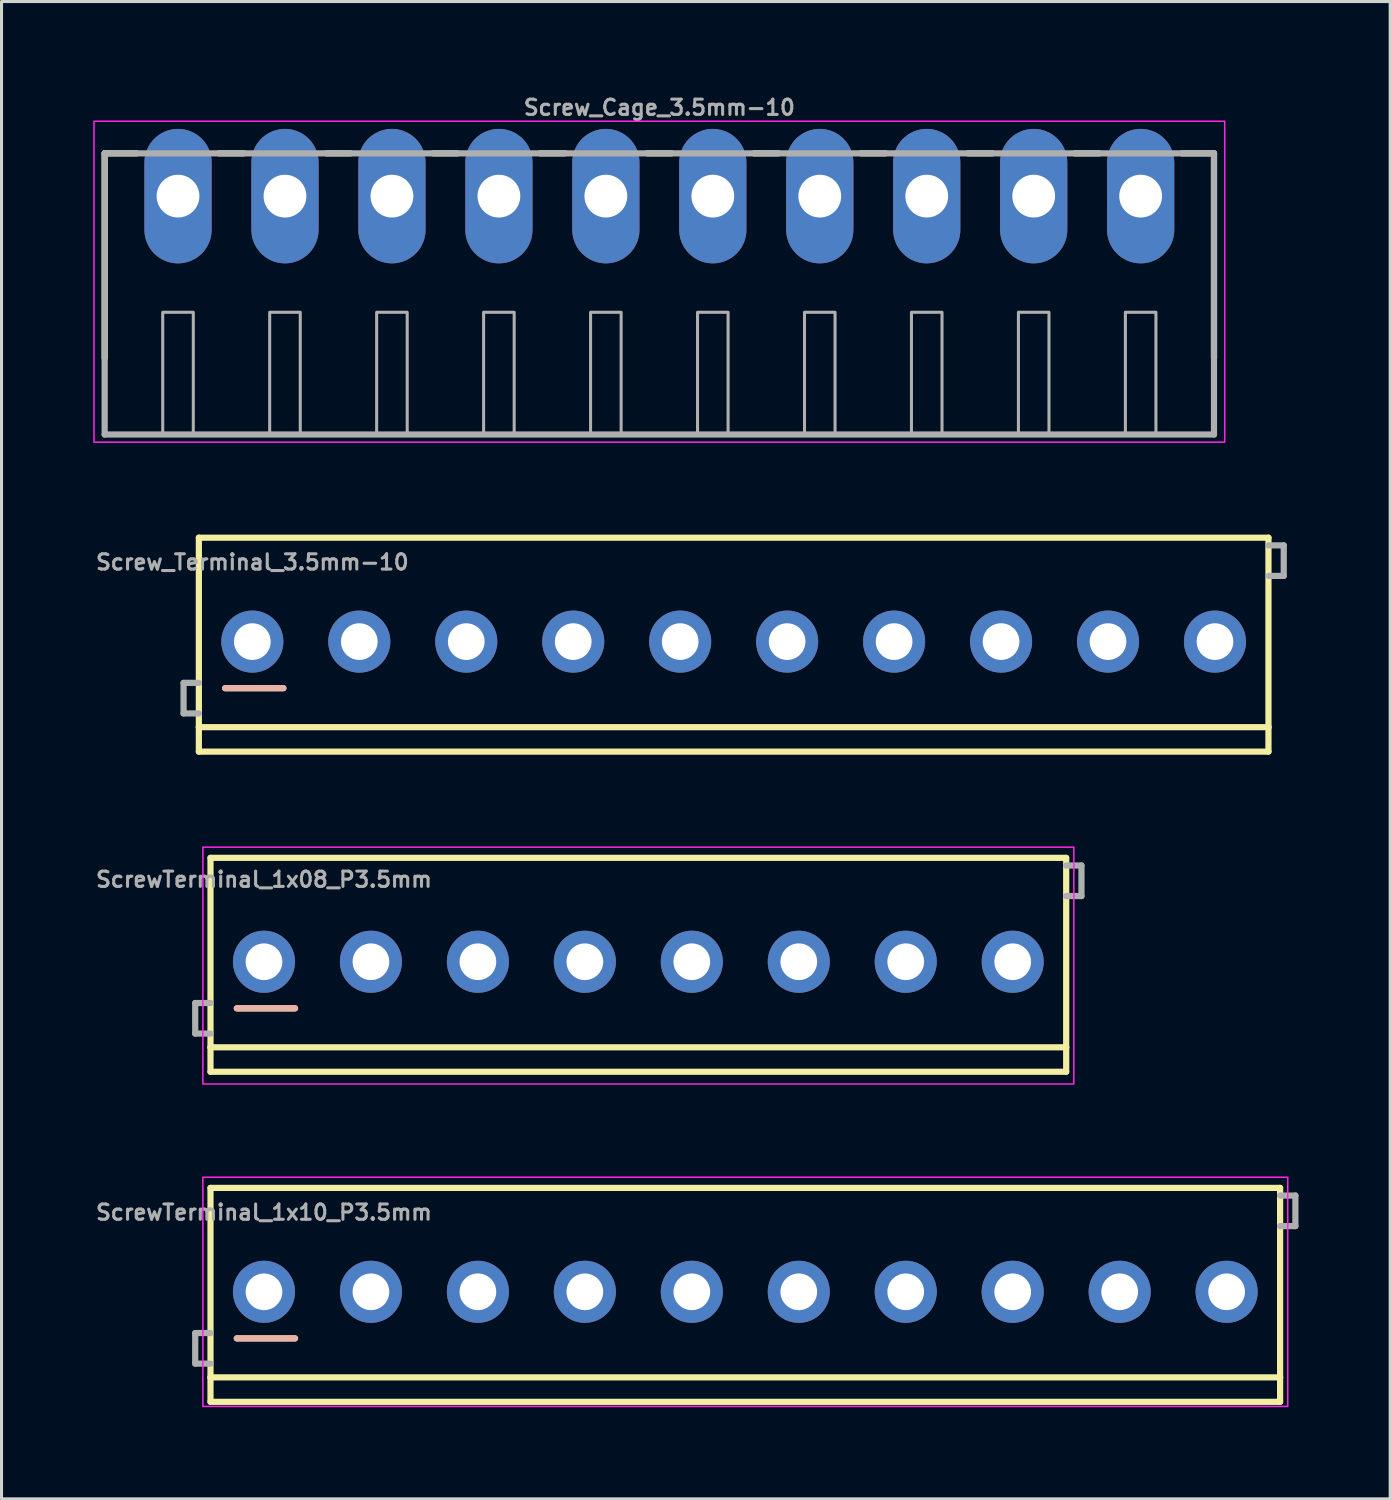
<source format=kicad_pcb>
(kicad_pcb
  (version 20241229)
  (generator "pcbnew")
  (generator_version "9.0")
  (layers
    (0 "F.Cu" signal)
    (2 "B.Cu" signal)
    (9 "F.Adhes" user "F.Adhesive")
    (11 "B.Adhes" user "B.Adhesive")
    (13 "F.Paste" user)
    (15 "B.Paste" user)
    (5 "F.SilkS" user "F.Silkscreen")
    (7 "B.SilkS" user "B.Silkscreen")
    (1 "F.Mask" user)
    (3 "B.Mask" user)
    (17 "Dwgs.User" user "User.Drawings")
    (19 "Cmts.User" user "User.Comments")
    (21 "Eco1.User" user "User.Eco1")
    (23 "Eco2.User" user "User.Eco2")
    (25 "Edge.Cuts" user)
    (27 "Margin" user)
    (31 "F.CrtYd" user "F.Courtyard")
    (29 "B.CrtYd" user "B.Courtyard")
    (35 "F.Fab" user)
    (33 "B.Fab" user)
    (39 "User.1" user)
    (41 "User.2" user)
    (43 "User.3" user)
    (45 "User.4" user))
  (footprint "Screw_Cage_3.5mm-10"
    (layer "F.Cu")
    (at 18.525 6.168)
    (property "Reference" "Screw_Cage_3.5mm-10" (at 0 -5.7 0) (layer "F.Fab") (effects (font (size 0.5 0.5) (thickness 0.1) (bold yes))))
    (fp_line (start -18.15 -4.2) (end -18.15 2.5) (stroke (width 0.203) (type solid)) (layer "F.SilkS"))
    (fp_line (start -17.1 -4.2) (end -18.15 -4.2) (stroke (width 0.203) (type solid)) (layer "F.SilkS"))
    (fp_line (start -13.6 -4.2) (end -14.4 -4.2) (stroke (width 0.203) (type solid)) (layer "F.SilkS"))
    (fp_line (start -10.1 -4.2) (end -10.9 -4.2) (stroke (width 0.203) (type solid)) (layer "F.SilkS"))
    (fp_line (start -6.6 -4.2) (end -7.4 -4.2) (stroke (width 0.203) (type solid)) (layer "F.SilkS"))
    (fp_line (start -3.1 -4.2) (end -3.9 -4.2) (stroke (width 0.203) (type solid)) (layer "F.SilkS"))
    (fp_line (start 0.4 -4.2) (end -0.4 -4.2) (stroke (width 0.203) (type solid)) (layer "F.SilkS"))
    (fp_line (start 3.9 -4.2) (end 3.1 -4.2) (stroke (width 0.203) (type solid)) (layer "F.SilkS"))
    (fp_line (start 7.4 -4.2) (end 6.6 -4.2) (stroke (width 0.203) (type solid)) (layer "F.SilkS"))
    (fp_line (start 10.9 -4.2) (end 10.1 -4.2) (stroke (width 0.203) (type solid)) (layer "F.SilkS"))
    (fp_line (start 14.4 -4.2) (end 13.6 -4.2) (stroke (width 0.203) (type solid)) (layer "F.SilkS"))
    (fp_line (start 18.15 -4.2) (end 17.1 -4.2) (stroke (width 0.203) (type solid)) (layer "F.SilkS"))
    (fp_line (start 18.15 2.5) (end 18.15 -4.2) (stroke (width 0.203) (type solid)) (layer "F.SilkS"))
    (fp_rect (start -18.5 -5.25) (end 18.5 5.25) (stroke (width 0.05) (type default)) (fill no) (layer "F.CrtYd"))
    (fp_line (start -18.15 -4.2) (end -18.15 5) (stroke (width 0.203) (type solid)) (layer "F.Fab"))
    (fp_line (start -18.15 5) (end 18.15 5) (stroke (width 0.203) (type solid)) (layer "F.Fab"))
    (fp_line (start 18.15 -4.2) (end -18.15 -4.2) (stroke (width 0.203) (type solid)) (layer "F.Fab"))
    (fp_line (start 18.15 5) (end 18.15 -4.2) (stroke (width 0.203) (type solid)) (layer "F.Fab"))
    (fp_poly (pts (xy -16.25 5) (xy -15.25 5) (xy -15.25 1) (xy -16.25 1)) (stroke (width 0.1) (type default)) (fill no) (layer "F.Fab"))
    (fp_poly (pts (xy -12.75 5) (xy -11.75 5) (xy -11.75 1) (xy -12.75 1)) (stroke (width 0.1) (type default)) (fill no) (layer "F.Fab"))
    (fp_poly (pts (xy -9.25 5) (xy -8.25 5) (xy -8.25 1) (xy -9.25 1)) (stroke (width 0.1) (type default)) (fill no) (layer "F.Fab"))
    (fp_poly (pts (xy -5.75 5) (xy -4.75 5) (xy -4.75 1) (xy -5.75 1)) (stroke (width 0.1) (type default)) (fill no) (layer "F.Fab"))
    (fp_poly (pts (xy -2.25 5) (xy -1.25 5) (xy -1.25 1) (xy -2.25 1)) (stroke (width 0.1) (type default)) (fill no) (layer "F.Fab"))
    (fp_poly (pts (xy 1.25 5) (xy 2.25 5) (xy 2.25 1) (xy 1.25 1)) (stroke (width 0.1) (type default)) (fill no) (layer "F.Fab"))
    (fp_poly (pts (xy 4.75 5) (xy 5.75 5) (xy 5.75 1) (xy 4.75 1)) (stroke (width 0.1) (type default)) (fill no) (layer "F.Fab"))
    (fp_poly (pts (xy 8.25 5) (xy 9.25 5) (xy 9.25 1) (xy 8.25 1)) (stroke (width 0.1) (type default)) (fill no) (layer "F.Fab"))
    (fp_poly (pts (xy 11.75 5) (xy 12.75 5) (xy 12.75 1) (xy 11.75 1)) (stroke (width 0.1) (type default)) (fill no) (layer "F.Fab"))
    (fp_poly (pts (xy 15.25 5) (xy 16.25 5) (xy 16.25 1) (xy 15.25 1)) (stroke (width 0.1) (type default)) (fill no) (layer "F.Fab"))
    (pad "1" thru_hole oval (at -15.75 -2.8 90) (size 4.4 2.2) (drill 1.4) (layers "*.Cu" "*.Mask"))
    (pad "2" thru_hole oval (at -12.25 -2.8 90) (size 4.4 2.2) (drill 1.4) (layers "*.Cu" "*.Mask"))
    (pad "3" thru_hole oval (at -8.75 -2.8 90) (size 4.4 2.2) (drill 1.4) (layers "*.Cu" "*.Mask"))
    (pad "4" thru_hole oval (at -5.25 -2.8 90) (size 4.4 2.2) (drill 1.4) (layers "*.Cu" "*.Mask"))
    (pad "5" thru_hole oval (at -1.75 -2.8 90) (size 4.4 2.2) (drill 1.4) (layers "*.Cu" "*.Mask"))
    (pad "6" thru_hole oval (at 1.75 -2.8 90) (size 4.4 2.2) (drill 1.4) (layers "*.Cu" "*.Mask"))
    (pad "7" thru_hole oval (at 5.25 -2.8 90) (size 4.4 2.2) (drill 1.4) (layers "*.Cu" "*.Mask"))
    (pad "8" thru_hole oval (at 8.75 -2.8 90) (size 4.4 2.2) (drill 1.4) (layers "*.Cu" "*.Mask"))
    (pad "9" thru_hole oval (at 12.25 -2.8 90) (size 4.4 2.2) (drill 1.4) (layers "*.Cu" "*.Mask"))
    (pad "10" thru_hole oval (at 15.75 -2.8 90) (size 4.4 2.2) (drill 1.4) (layers "*.Cu" "*.Mask")))
  (footprint "ScrewTerminal_1x08_P3.5mm"
    (layer "F.Cu")
    (at 5.588 28.421)
    (property "Reference" "ScrewTerminal_1x08_P3.5mm" (at 0 -2.4 0) (layer "F.Fab") (effects (font (size 0.5 0.5) (thickness 0.1)) (justify bottom)))
    (attr through_hole)
    (fp_line (start -1.75 -3.4) (end 26.25 -3.4) (stroke (width 0.203) (type solid)) (layer "F.SilkS"))
    (fp_line (start -1.75 2.8) (end -1.75 -3.4) (stroke (width 0.203) (type solid)) (layer "F.SilkS"))
    (fp_line (start -1.75 3.6) (end -1.75 2.8) (stroke (width 0.203) (type solid)) (layer "F.SilkS"))
    (fp_line (start 1.016 1.524) (end -0.889 1.524) (stroke (width 0.203) (type solid)) (layer "F.SilkS"))
    (fp_line (start 26.25 -3.4) (end 26.25 2.8) (stroke (width 0.203) (type solid)) (layer "F.SilkS"))
    (fp_line (start 26.25 2.8) (end -1.75 2.8) (stroke (width 0.203) (type solid)) (layer "F.SilkS"))
    (fp_line (start 26.25 2.8) (end 26.25 3.6) (stroke (width 0.203) (type solid)) (layer "F.SilkS"))
    (fp_line (start 26.25 3.6) (end -1.75 3.6) (stroke (width 0.203) (type solid)) (layer "F.SilkS"))
    (fp_line (start -0.889 1.524) (end 1.016 1.524) (stroke (width 0.203) (type solid)) (layer "B.SilkS"))
    (fp_rect (start -2 -3.75) (end 26.5 4) (stroke (width 0.05) (type default)) (fill no) (layer "F.CrtYd"))
    (fp_line (start -2.25 1.35) (end -2.25 2.35) (stroke (width 0.203) (type solid)) (layer "F.Fab"))
    (fp_line (start -2.25 2.35) (end -1.75 2.35) (stroke (width 0.203) (type solid)) (layer "F.Fab"))
    (fp_line (start -1.75 1.35) (end -2.25 1.35) (stroke (width 0.203) (type solid)) (layer "F.Fab"))
    (fp_line (start 26.25 -3.15) (end 26.75 -3.15) (stroke (width 0.203) (type solid)) (layer "F.Fab"))
    (fp_line (start 26.75 -3.15) (end 26.75 -2.15) (stroke (width 0.203) (type solid)) (layer "F.Fab"))
    (fp_line (start 26.75 -2.15) (end 26.25 -2.15) (stroke (width 0.203) (type solid)) (layer "F.Fab"))
    (pad "1" thru_hole circle (at 0 0) (size 2.032 2.032) (drill 1.2) (layers "*.Cu" "*.Mask"))
    (pad "2" thru_hole circle (at 3.5 0) (size 2.032 2.032) (drill 1.2) (layers "*.Cu" "*.Mask"))
    (pad "3" thru_hole circle (at 7 0) (size 2.032 2.032) (drill 1.2) (layers "*.Cu" "*.Mask"))
    (pad "4" thru_hole circle (at 10.5 0) (size 2.032 2.032) (drill 1.2) (layers "*.Cu" "*.Mask"))
    (pad "5" thru_hole circle (at 14 0) (size 2.032 2.032) (drill 1.2) (layers "*.Cu" "*.Mask"))
    (pad "6" thru_hole circle (at 17.5 0) (size 2.032 2.032) (drill 1.2) (layers "*.Cu" "*.Mask"))
    (pad "7" thru_hole circle (at 21 0) (size 2.032 2.032) (drill 1.2) (layers "*.Cu" "*.Mask"))
    (pad "8" thru_hole circle (at 24.5 0) (size 2.032 2.032) (drill 1.2) (layers "*.Cu" "*.Mask")))
  (footprint "ScrewTerminal_1x10_P3.5mm"
    (layer "F.Cu")
    (at 5.588 39.221)
    (property "Reference" "ScrewTerminal_1x10_P3.5mm" (at 0 -2.6 0) (layer "F.Fab") (effects (font (size 0.5 0.5) (thickness 0.1))))
    (attr through_hole)
    (fp_line (start -1.75 -3.4) (end 33.25 -3.4) (stroke (width 0.203) (type solid)) (layer "F.SilkS"))
    (fp_line (start -1.75 2.8) (end -1.75 -3.4) (stroke (width 0.203) (type solid)) (layer "F.SilkS"))
    (fp_line (start -1.75 3.6) (end -1.75 2.8) (stroke (width 0.203) (type solid)) (layer "F.SilkS"))
    (fp_line (start 1.016 1.524) (end -0.889 1.524) (stroke (width 0.203) (type solid)) (layer "F.SilkS"))
    (fp_line (start 33.25 -3.4) (end 33.25 2.8) (stroke (width 0.203) (type solid)) (layer "F.SilkS"))
    (fp_line (start 33.25 2.8) (end -1.75 2.8) (stroke (width 0.203) (type solid)) (layer "F.SilkS"))
    (fp_line (start 33.25 2.8) (end 33.25 3.6) (stroke (width 0.203) (type solid)) (layer "F.SilkS"))
    (fp_line (start 33.25 3.6) (end -1.75 3.6) (stroke (width 0.203) (type solid)) (layer "F.SilkS"))
    (fp_line (start -0.889 1.524) (end 1.016 1.524) (stroke (width 0.203) (type solid)) (layer "B.SilkS"))
    (fp_rect (start -2 -3.75) (end 33.5 3.75) (stroke (width 0.05) (type default)) (fill no) (layer "F.CrtYd"))
    (fp_line (start -2.25 1.35) (end -2.25 2.35) (stroke (width 0.203) (type solid)) (layer "F.Fab"))
    (fp_line (start -2.25 2.35) (end -1.75 2.35) (stroke (width 0.203) (type solid)) (layer "F.Fab"))
    (fp_line (start -1.75 1.35) (end -2.25 1.35) (stroke (width 0.203) (type solid)) (layer "F.Fab"))
    (fp_line (start 33.25 -3.15) (end 33.75 -3.15) (stroke (width 0.203) (type solid)) (layer "F.Fab"))
    (fp_line (start 33.75 -3.15) (end 33.75 -2.15) (stroke (width 0.203) (type solid)) (layer "F.Fab"))
    (fp_line (start 33.75 -2.15) (end 33.25 -2.15) (stroke (width 0.203) (type solid)) (layer "F.Fab"))
    (pad "1" thru_hole circle (at 0 0) (size 2.032 2.032) (drill 1.2) (layers "*.Cu" "*.Mask"))
    (pad "2" thru_hole circle (at 3.5 0) (size 2.032 2.032) (drill 1.2) (layers "*.Cu" "*.Mask"))
    (pad "3" thru_hole circle (at 7 0) (size 2.032 2.032) (drill 1.2) (layers "*.Cu" "*.Mask"))
    (pad "4" thru_hole circle (at 10.5 0) (size 2.032 2.032) (drill 1.2) (layers "*.Cu" "*.Mask"))
    (pad "5" thru_hole circle (at 14 0) (size 2.032 2.032) (drill 1.2) (layers "*.Cu" "*.Mask"))
    (pad "6" thru_hole circle (at 17.5 0) (size 2.032 2.032) (drill 1.2) (layers "*.Cu" "*.Mask"))
    (pad "7" thru_hole circle (at 21 0) (size 2.032 2.032) (drill 1.2) (layers "*.Cu" "*.Mask"))
    (pad "8" thru_hole circle (at 24.5 0) (size 2.032 2.032) (drill 1.2) (layers "*.Cu" "*.Mask"))
    (pad "9" thru_hole circle (at 28 0) (size 2.032 2.032) (drill 1.2) (layers "*.Cu" "*.Mask"))
    (pad "10" thru_hole circle (at 31.5 0) (size 2.032 2.032) (drill 1.2) (layers "*.Cu" "*.Mask")))
  (footprint "Screw_Terminal_3.5mm-10"
    (layer "F.Cu")
    (at 5.207 17.945)
    (property "Reference" "Screw_Terminal_3.5mm-10" (at 0 -2.6 0) (layer "F.Fab") (effects (font (size 0.5 0.5) (thickness 0.1))))
    (attr through_hole)
    (fp_line (start -1.75 -3.4) (end 33.25 -3.4) (stroke (width 0.203) (type solid)) (layer "F.SilkS"))
    (fp_line (start -1.75 2.8) (end -1.75 -3.4) (stroke (width 0.203) (type solid)) (layer "F.SilkS"))
    (fp_line (start -1.75 3.6) (end -1.75 2.8) (stroke (width 0.203) (type solid)) (layer "F.SilkS"))
    (fp_line (start 1.016 1.524) (end -0.889 1.524) (stroke (width 0.203) (type solid)) (layer "F.SilkS"))
    (fp_line (start 33.25 -3.4) (end 33.25 2.8) (stroke (width 0.203) (type solid)) (layer "F.SilkS"))
    (fp_line (start 33.25 2.8) (end -1.75 2.8) (stroke (width 0.203) (type solid)) (layer "F.SilkS"))
    (fp_line (start 33.25 2.8) (end 33.25 3.6) (stroke (width 0.203) (type solid)) (layer "F.SilkS"))
    (fp_line (start 33.25 3.6) (end -1.75 3.6) (stroke (width 0.203) (type solid)) (layer "F.SilkS"))
    (fp_line (start -0.889 1.524) (end 1.016 1.524) (stroke (width 0.203) (type solid)) (layer "B.SilkS"))
    (fp_line (start -2.25 1.35) (end -2.25 2.35) (stroke (width 0.203) (type solid)) (layer "F.Fab"))
    (fp_line (start -2.25 2.35) (end -1.75 2.35) (stroke (width 0.203) (type solid)) (layer "F.Fab"))
    (fp_line (start -1.75 1.35) (end -2.25 1.35) (stroke (width 0.203) (type solid)) (layer "F.Fab"))
    (fp_line (start 33.25 -3.15) (end 33.75 -3.15) (stroke (width 0.203) (type solid)) (layer "F.Fab"))
    (fp_line (start 33.75 -3.15) (end 33.75 -2.15) (stroke (width 0.203) (type solid)) (layer "F.Fab"))
    (fp_line (start 33.75 -2.15) (end 33.25 -2.15) (stroke (width 0.203) (type solid)) (layer "F.Fab"))
    (pad "1" thru_hole circle (at 0 0) (size 2.032 2.032) (drill 1.2) (layers "*.Cu" "*.Mask"))
    (pad "2" thru_hole circle (at 3.5 0) (size 2.032 2.032) (drill 1.2) (layers "*.Cu" "*.Mask"))
    (pad "3" thru_hole circle (at 7 0) (size 2.032 2.032) (drill 1.2) (layers "*.Cu" "*.Mask"))
    (pad "4" thru_hole circle (at 10.5 0) (size 2.032 2.032) (drill 1.2) (layers "*.Cu" "*.Mask"))
    (pad "5" thru_hole circle (at 14 0) (size 2.032 2.032) (drill 1.2) (layers "*.Cu" "*.Mask"))
    (pad "6" thru_hole circle (at 17.5 0) (size 2.032 2.032) (drill 1.2) (layers "*.Cu" "*.Mask"))
    (pad "7" thru_hole circle (at 21 0) (size 2.032 2.032) (drill 1.2) (layers "*.Cu" "*.Mask"))
    (pad "8" thru_hole circle (at 24.5 0) (size 2.032 2.032) (drill 1.2) (layers "*.Cu" "*.Mask"))
    (pad "9" thru_hole circle (at 28 0) (size 2.032 2.032) (drill 1.2) (layers "*.Cu" "*.Mask"))
    (pad "10" thru_hole circle (at 31.5 0) (size 2.032 2.032) (drill 1.2) (layers "*.Cu" "*.Mask")))
  (gr_rect
    (start -3 -3)
    (end 42.44 45.996)
    (stroke (width 0.1) (type default))
    (fill no)
    (layer "Edge.Cuts")))
</source>
